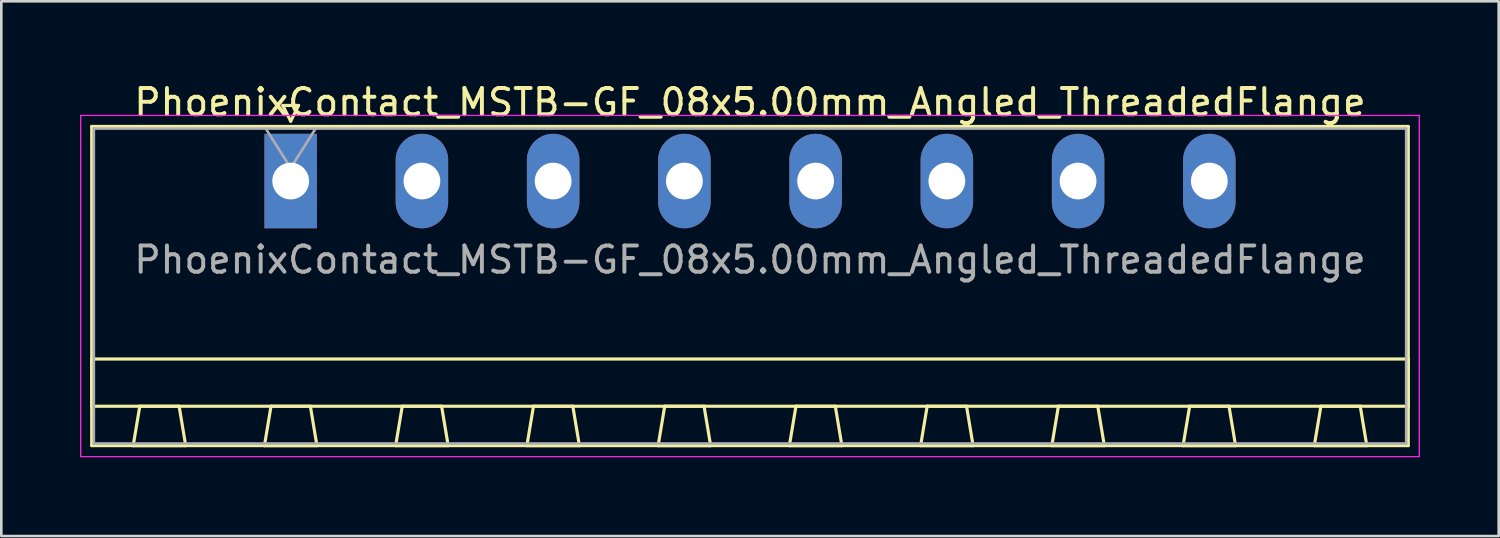
<source format=kicad_pcb>
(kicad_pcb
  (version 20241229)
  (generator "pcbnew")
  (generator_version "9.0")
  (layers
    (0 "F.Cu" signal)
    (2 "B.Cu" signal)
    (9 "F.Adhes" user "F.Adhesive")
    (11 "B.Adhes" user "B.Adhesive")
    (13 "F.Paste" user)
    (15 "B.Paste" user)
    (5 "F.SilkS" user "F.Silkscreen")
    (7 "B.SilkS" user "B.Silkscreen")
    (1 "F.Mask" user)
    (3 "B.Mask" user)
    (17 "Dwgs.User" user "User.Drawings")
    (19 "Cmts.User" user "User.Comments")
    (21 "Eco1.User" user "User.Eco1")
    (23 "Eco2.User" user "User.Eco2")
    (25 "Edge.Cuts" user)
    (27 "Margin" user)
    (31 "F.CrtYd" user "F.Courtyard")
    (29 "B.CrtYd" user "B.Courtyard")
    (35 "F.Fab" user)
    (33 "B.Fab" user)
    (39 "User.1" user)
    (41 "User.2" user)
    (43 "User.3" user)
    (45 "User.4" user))
  (footprint "PhoenixContact_MSTB-GF_08x5.00mm_Angled_ThreadedFlange"
    (layer "F.Cu")
    (at 8.025 3.848)
    (property "Reference" "PhoenixContact_MSTB-GF_08x5.00mm_Angled_ThreadedFlange" (at 17.5 -3 0) (layer "F.SilkS") (effects (font (size 1 1) (thickness 0.15))))
    (attr through_hole)
    (fp_line (start -7.58 -2.08) (end -7.58 10.08) (stroke (width 0.12) (type solid)) (layer "F.SilkS"))
    (fp_line (start -7.58 6.78) (end 42.58 6.78) (stroke (width 0.12) (type solid)) (layer "F.SilkS"))
    (fp_line (start -7.58 8.58) (end -7.58 6.78) (stroke (width 0.12) (type solid)) (layer "F.SilkS"))
    (fp_line (start -7.58 10.08) (end 42.58 10.08) (stroke (width 0.12) (type solid)) (layer "F.SilkS"))
    (fp_line (start -6 10.08) (end -4 10.08) (stroke (width 0.12) (type solid)) (layer "F.SilkS"))
    (fp_line (start -5.75 8.58) (end -6 10.08) (stroke (width 0.12) (type solid)) (layer "F.SilkS"))
    (fp_line (start -4.25 8.58) (end -5.75 8.58) (stroke (width 0.12) (type solid)) (layer "F.SilkS"))
    (fp_line (start -4 10.08) (end -4.25 8.58) (stroke (width 0.12) (type solid)) (layer "F.SilkS"))
    (fp_line (start -1 10.08) (end 1 10.08) (stroke (width 0.12) (type solid)) (layer "F.SilkS"))
    (fp_line (start -0.75 8.58) (end -1 10.08) (stroke (width 0.12) (type solid)) (layer "F.SilkS"))
    (fp_line (start -0.3 -2.88) (end 0.3 -2.88) (stroke (width 0.12) (type solid)) (layer "F.SilkS"))
    (fp_line (start 0 -2.28) (end -0.3 -2.88) (stroke (width 0.12) (type solid)) (layer "F.SilkS"))
    (fp_line (start 0.3 -2.88) (end 0 -2.28) (stroke (width 0.12) (type solid)) (layer "F.SilkS"))
    (fp_line (start 0.75 8.58) (end -0.75 8.58) (stroke (width 0.12) (type solid)) (layer "F.SilkS"))
    (fp_line (start 1 10.08) (end 0.75 8.58) (stroke (width 0.12) (type solid)) (layer "F.SilkS"))
    (fp_line (start 4 10.08) (end 6 10.08) (stroke (width 0.12) (type solid)) (layer "F.SilkS"))
    (fp_line (start 4.25 8.58) (end 4 10.08) (stroke (width 0.12) (type solid)) (layer "F.SilkS"))
    (fp_line (start 5.75 8.58) (end 4.25 8.58) (stroke (width 0.12) (type solid)) (layer "F.SilkS"))
    (fp_line (start 6 10.08) (end 5.75 8.58) (stroke (width 0.12) (type solid)) (layer "F.SilkS"))
    (fp_line (start 9 10.08) (end 11 10.08) (stroke (width 0.12) (type solid)) (layer "F.SilkS"))
    (fp_line (start 9.25 8.58) (end 9 10.08) (stroke (width 0.12) (type solid)) (layer "F.SilkS"))
    (fp_line (start 10.75 8.58) (end 9.25 8.58) (stroke (width 0.12) (type solid)) (layer "F.SilkS"))
    (fp_line (start 11 10.08) (end 10.75 8.58) (stroke (width 0.12) (type solid)) (layer "F.SilkS"))
    (fp_line (start 14 10.08) (end 16 10.08) (stroke (width 0.12) (type solid)) (layer "F.SilkS"))
    (fp_line (start 14.25 8.58) (end 14 10.08) (stroke (width 0.12) (type solid)) (layer "F.SilkS"))
    (fp_line (start 15.75 8.58) (end 14.25 8.58) (stroke (width 0.12) (type solid)) (layer "F.SilkS"))
    (fp_line (start 16 10.08) (end 15.75 8.58) (stroke (width 0.12) (type solid)) (layer "F.SilkS"))
    (fp_line (start 19 10.08) (end 21 10.08) (stroke (width 0.12) (type solid)) (layer "F.SilkS"))
    (fp_line (start 19.25 8.58) (end 19 10.08) (stroke (width 0.12) (type solid)) (layer "F.SilkS"))
    (fp_line (start 20.75 8.58) (end 19.25 8.58) (stroke (width 0.12) (type solid)) (layer "F.SilkS"))
    (fp_line (start 21 10.08) (end 20.75 8.58) (stroke (width 0.12) (type solid)) (layer "F.SilkS"))
    (fp_line (start 24 10.08) (end 26 10.08) (stroke (width 0.12) (type solid)) (layer "F.SilkS"))
    (fp_line (start 24.25 8.58) (end 24 10.08) (stroke (width 0.12) (type solid)) (layer "F.SilkS"))
    (fp_line (start 25.75 8.58) (end 24.25 8.58) (stroke (width 0.12) (type solid)) (layer "F.SilkS"))
    (fp_line (start 26 10.08) (end 25.75 8.58) (stroke (width 0.12) (type solid)) (layer "F.SilkS"))
    (fp_line (start 29 10.08) (end 31 10.08) (stroke (width 0.12) (type solid)) (layer "F.SilkS"))
    (fp_line (start 29.25 8.58) (end 29 10.08) (stroke (width 0.12) (type solid)) (layer "F.SilkS"))
    (fp_line (start 30.75 8.58) (end 29.25 8.58) (stroke (width 0.12) (type solid)) (layer "F.SilkS"))
    (fp_line (start 31 10.08) (end 30.75 8.58) (stroke (width 0.12) (type solid)) (layer "F.SilkS"))
    (fp_line (start 34 10.08) (end 36 10.08) (stroke (width 0.12) (type solid)) (layer "F.SilkS"))
    (fp_line (start 34.25 8.58) (end 34 10.08) (stroke (width 0.12) (type solid)) (layer "F.SilkS"))
    (fp_line (start 35.75 8.58) (end 34.25 8.58) (stroke (width 0.12) (type solid)) (layer "F.SilkS"))
    (fp_line (start 36 10.08) (end 35.75 8.58) (stroke (width 0.12) (type solid)) (layer "F.SilkS"))
    (fp_line (start 39 10.08) (end 41 10.08) (stroke (width 0.12) (type solid)) (layer "F.SilkS"))
    (fp_line (start 39.25 8.58) (end 39 10.08) (stroke (width 0.12) (type solid)) (layer "F.SilkS"))
    (fp_line (start 40.75 8.58) (end 39.25 8.58) (stroke (width 0.12) (type solid)) (layer "F.SilkS"))
    (fp_line (start 41 10.08) (end 40.75 8.58) (stroke (width 0.12) (type solid)) (layer "F.SilkS"))
    (fp_line (start 42.58 -2.08) (end -7.58 -2.08) (stroke (width 0.12) (type solid)) (layer "F.SilkS"))
    (fp_line (start 42.58 6.78) (end 42.58 8.58) (stroke (width 0.12) (type solid)) (layer "F.SilkS"))
    (fp_line (start 42.58 8.58) (end -7.58 8.58) (stroke (width 0.12) (type solid)) (layer "F.SilkS"))
    (fp_line (start 42.58 10.08) (end 42.58 -2.08) (stroke (width 0.12) (type solid)) (layer "F.SilkS"))
    (fp_line (start -8 -2.5) (end -8 10.5) (stroke (width 0.05) (type solid)) (layer "F.CrtYd"))
    (fp_line (start -8 10.5) (end 43 10.5) (stroke (width 0.05) (type solid)) (layer "F.CrtYd"))
    (fp_line (start 43 -2.5) (end -8 -2.5) (stroke (width 0.05) (type solid)) (layer "F.CrtYd"))
    (fp_line (start 43 10.5) (end 43 -2.5) (stroke (width 0.05) (type solid)) (layer "F.CrtYd"))
    (fp_line (start -7.5 -2) (end -7.5 10) (stroke (width 0.1) (type solid)) (layer "F.Fab"))
    (fp_line (start -7.5 10) (end 42.5 10) (stroke (width 0.1) (type solid)) (layer "F.Fab"))
    (fp_line (start 0 -0.5) (end -0.95 -2) (stroke (width 0.1) (type solid)) (layer "F.Fab"))
    (fp_line (start 0.95 -2) (end 0 -0.5) (stroke (width 0.1) (type solid)) (layer "F.Fab"))
    (fp_line (start 42.5 -2) (end -7.5 -2) (stroke (width 0.1) (type solid)) (layer "F.Fab"))
    (fp_line (start 42.5 10) (end 42.5 -2) (stroke (width 0.1) (type solid)) (layer "F.Fab"))
    (fp_text user "${REFERENCE}" (at 17.5 3 0) (layer "F.Fab") (effects (font (size 1 1) (thickness 0.15))))
    (pad "1" thru_hole rect (at 0 0) (size 2 3.6) (drill 1.4) (layers "*.Cu" "*.Mask"))
    (pad "2" thru_hole oval (at 5 0) (size 2 3.6) (drill 1.4) (layers "*.Cu" "*.Mask"))
    (pad "3" thru_hole oval (at 10 0) (size 2 3.6) (drill 1.4) (layers "*.Cu" "*.Mask"))
    (pad "4" thru_hole oval (at 15 0) (size 2 3.6) (drill 1.4) (layers "*.Cu" "*.Mask"))
    (pad "5" thru_hole oval (at 20 0) (size 2 3.6) (drill 1.4) (layers "*.Cu" "*.Mask"))
    (pad "6" thru_hole oval (at 25 0) (size 2 3.6) (drill 1.4) (layers "*.Cu" "*.Mask"))
    (pad "7" thru_hole oval (at 30 0) (size 2 3.6) (drill 1.4) (layers "*.Cu" "*.Mask"))
    (pad "8" thru_hole oval (at 35 0) (size 2 3.6) (drill 1.4) (layers "*.Cu" "*.Mask")))
  (gr_rect
    (start -3 -3)
    (end 54.05 17.373)
    (stroke (width 0.1) (type default))
    (fill no)
    (layer "Edge.Cuts")))
</source>
